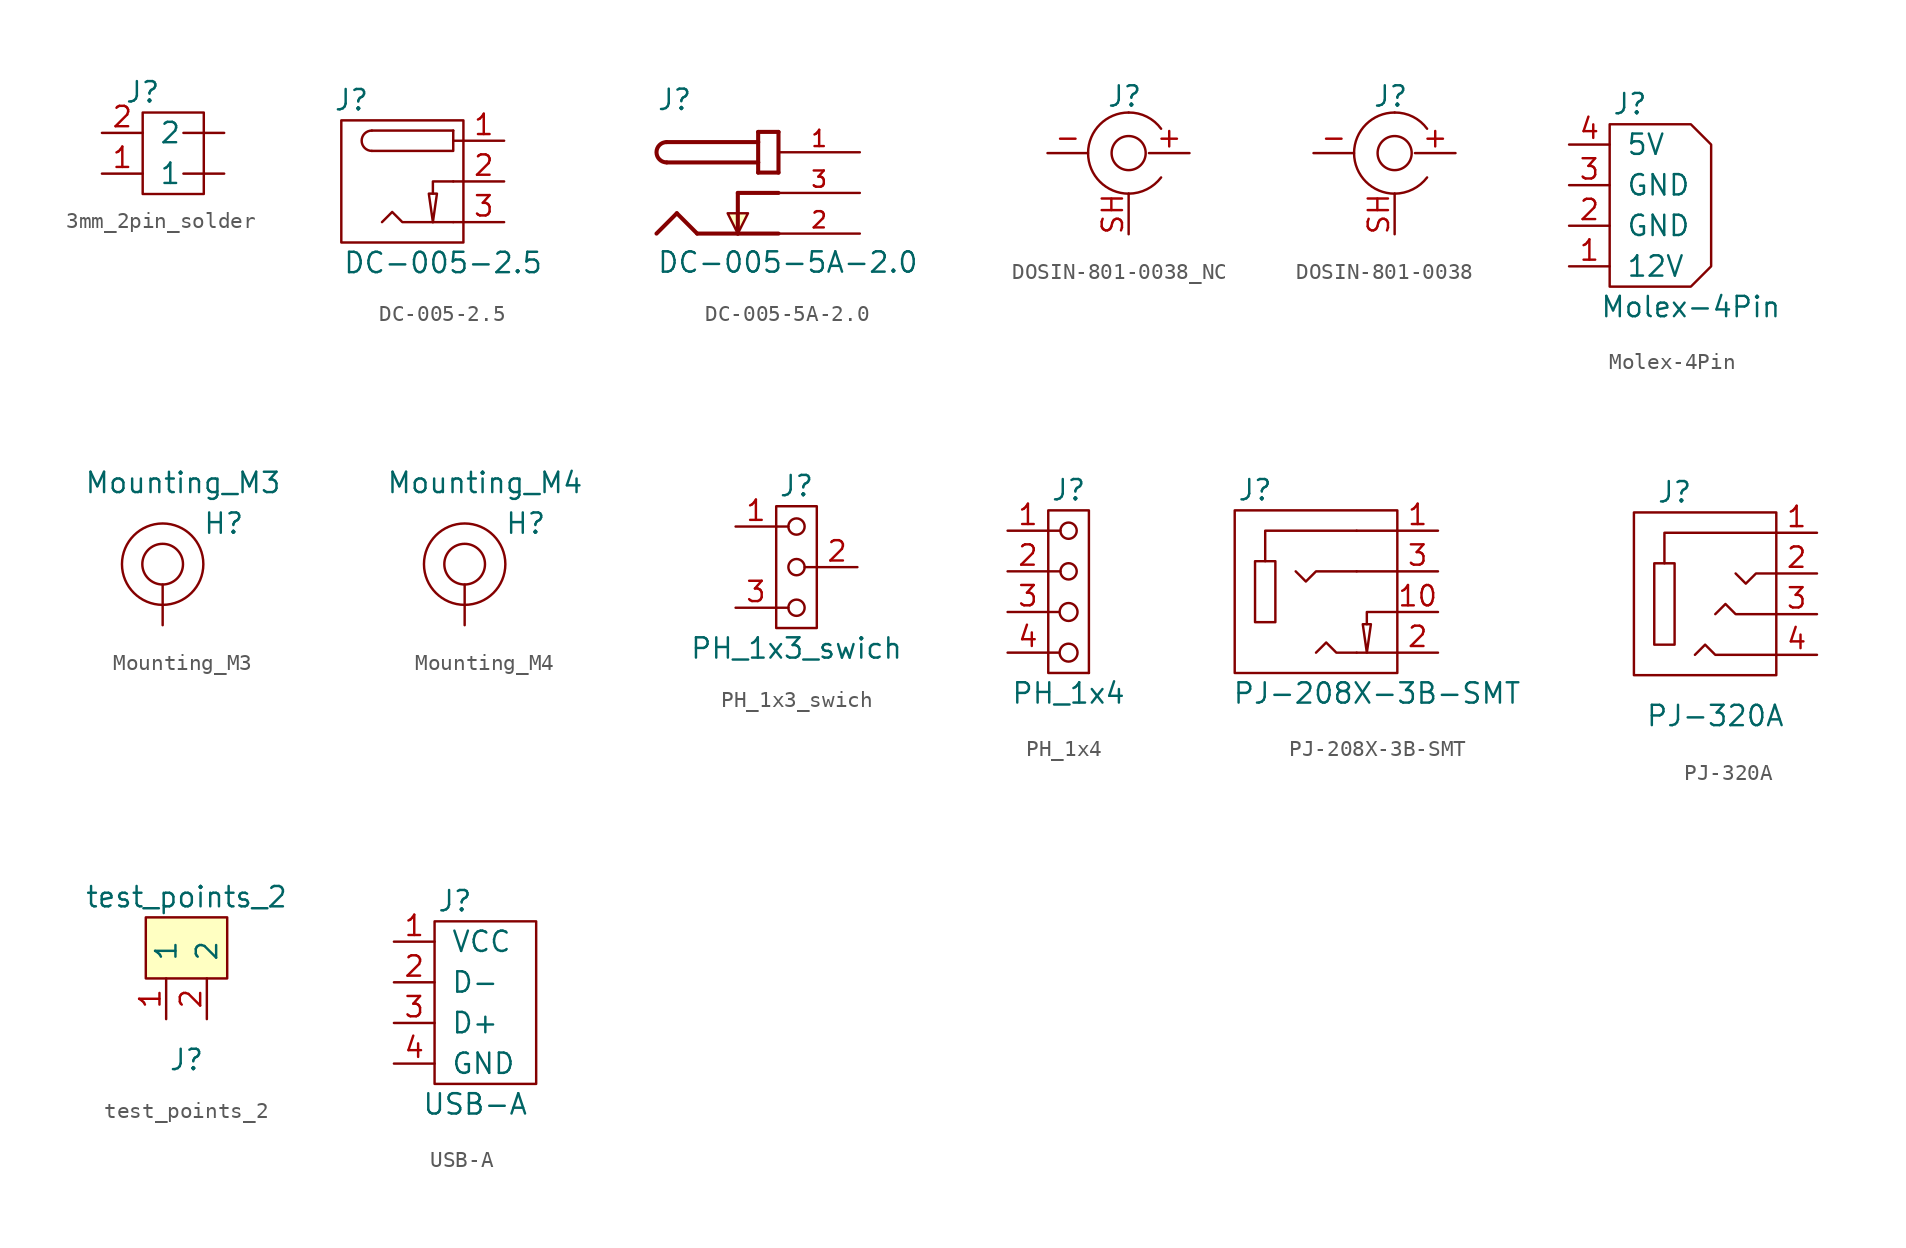
<source format=kicad_sym>
(kicad_symbol_lib
  (version 20211014)
  (generator kicad_symbol_editor)
  (symbol "3mm_2pin_solder"
    (pin_names
      (offset 1.016))
    (property "Reference" "J"
      (at 0 2.54 0)
      (effects (font (size 1.27 1.27))))
    (symbol "3mm_2pin_solder_0_1"
      (polyline (pts (xy 2.54 -2.54) (xy 5.08 -2.54)) (stroke (width 0) (type default) (color 0 0 0 0)) (fill (type none)))
      (polyline (pts (xy 2.54 0) (xy 5.08 0)) (stroke (width 0) (type default) (color 0 0 0 0)) (fill (type none)))
      (rectangle (start 0 1.27) (end 3.81 -3.81) (stroke (width 0) (type default) (color 0 0 0 0)) (fill (type none))))
    (symbol "3mm_2pin_solder_1_1"
      (pin input line (at -2.54 -2.54 0) (length 2.54) (name "1" (effects (font (size 1.27 1.27)))) (number "1" (effects (font (size 1.27 1.27)))))
      (pin input line (at -2.54 0 0) (length 2.54) (name "2" (effects (font (size 1.27 1.27)))) (number "2" (effects (font (size 1.27 1.27)))))))
  (symbol "DC-005-2.5"
    (pin_names
      (offset 1.016) hide)
    (property "Reference" "J"
      (at -4.445 5.08 0)
      (effects (font (size 1.27 1.27))))
    (property "Value" "DC-005-2.5"
      (at 1.27 -5.08 0)
      (effects (font (size 1.27 1.27))))
    (symbol "DC-005-2.5_0_1"
      (rectangle (start -5.08 3.81) (end 2.54 -3.81) (stroke (width 0) (type default) (color 0 0 0 0)) (fill (type none)))
      (arc (start -3.175 3.175) (mid -3.81 2.54) (end -3.175 1.905) (stroke (width 0) (type default) (color 0 0 0 0)) (fill (type none)))
      (polyline (pts (xy 0.635 -2.54) (xy 1.905 -2.54)) (stroke (width 0) (type default) (color 0 0 0 0)) (fill (type none)))
      (polyline (pts (xy 1.905 -2.54) (xy 2.54 -2.54)) (stroke (width 0) (type default) (color 0 0 0 0)) (fill (type none)))
      (polyline (pts (xy 1.905 0) (xy 2.54 0)) (stroke (width 0) (type default) (color 0 0 0 0)) (fill (type none)))
      (polyline (pts (xy 1.905 3.175) (xy -3.175 3.175)) (stroke (width 0) (type default) (color 0 0 0 0)) (fill (type none)))
      (polyline (pts (xy 2.54 2.54) (xy 1.905 2.54)) (stroke (width 0) (type default) (color 0 0 0 0)) (fill (type none)))
      (polyline (pts (xy 0.635 -0.762) (xy 0.635 0) (xy 1.905 0)) (stroke (width 0) (type default) (color 0 0 0 0)) (fill (type none)))
      (polyline (pts (xy 1.905 3.175) (xy 1.905 1.905) (xy -3.175 1.905)) (stroke (width 0) (type default) (color 0 0 0 0)) (fill (type none)))
      (polyline (pts (xy 0.381 -0.762) (xy 0.889 -0.762) (xy 0.635 -2.54) (xy 0.381 -0.762)) (stroke (width 0) (type default) (color 0 0 0 0)) (fill (type none)))
      (polyline (pts (xy 0.635 -2.54) (xy -1.27 -2.54) (xy -1.905 -1.905) (xy -2.54 -2.54)) (stroke (width 0) (type default) (color 0 0 0 0)) (fill (type none))))
    (symbol "DC-005-2.5_1_1"
      (pin passive line (at 5.08 2.54 180) (length 2.54) (name "1" (effects (font (size 1.27 1.27)))) (number "1" (effects (font (size 1.27 1.27)))))
      (pin passive line (at 5.08 0 180) (length 2.54) (name "2" (effects (font (size 1.27 1.27)))) (number "2" (effects (font (size 1.27 1.27)))))
      (pin passive line (at 5.08 -2.54 180) (length 2.54) (name "3" (effects (font (size 1.27 1.27)))) (number "3" (effects (font (size 1.27 1.27)))))))
  (symbol "DC-005-5A-2.0"
    (pin_names
      (offset 1.016) hide)
    (property "Reference" "J"
      (at -5.08 5.08 0)
      (effects (font (size 1.27 1.27)) (justify left bottom)))
    (property "Value" "DC-005-5A-2.0"
      (at -5.08 -5.08 0)
      (effects (font (size 1.27 1.27)) (justify left bottom)))
    (symbol "DC-005-5A-2.0_0_0"
      (arc (start -4.445 3.175) (mid -5.08 2.54) (end -4.445 1.905) (stroke (width 0.254) (type default) (color 0 0 0 0)) (fill (type none)))
      (polyline (pts (xy -4.445 1.905) (xy 1.27 1.905)) (stroke (width 0.254) (type default) (color 0 0 0 0)) (fill (type none)))
      (polyline (pts (xy -4.445 3.175) (xy 1.27 3.175)) (stroke (width 0.254) (type default) (color 0 0 0 0)) (fill (type none)))
      (polyline (pts (xy -3.81 -1.27) (xy -5.08 -2.54)) (stroke (width 0.254) (type default) (color 0 0 0 0)) (fill (type none)))
      (polyline (pts (xy -2.54 -2.54) (xy -3.81 -1.27)) (stroke (width 0.254) (type default) (color 0 0 0 0)) (fill (type none)))
      (polyline (pts (xy 0 -2.54) (xy -2.54 -2.54)) (stroke (width 0.254) (type default) (color 0 0 0 0)) (fill (type none)))
      (polyline (pts (xy 0 0) (xy 0 -2.54)) (stroke (width 0.254) (type default) (color 0 0 0 0)) (fill (type none)))
      (polyline (pts (xy 1.27 1.27) (xy 2.54 1.27)) (stroke (width 0.254) (type default) (color 0 0 0 0)) (fill (type none)))
      (polyline (pts (xy 1.27 1.905) (xy 1.27 1.27)) (stroke (width 0.254) (type default) (color 0 0 0 0)) (fill (type none)))
      (polyline (pts (xy 1.27 3.175) (xy 1.27 1.905)) (stroke (width 0.254) (type default) (color 0 0 0 0)) (fill (type none)))
      (polyline (pts (xy 1.27 3.81) (xy 1.27 3.175)) (stroke (width 0.254) (type default) (color 0 0 0 0)) (fill (type none)))
      (polyline (pts (xy 2.54 -2.54) (xy 0 -2.54)) (stroke (width 0.254) (type default) (color 0 0 0 0)) (fill (type none)))
      (polyline (pts (xy 2.54 0) (xy 0 0)) (stroke (width 0.254) (type default) (color 0 0 0 0)) (fill (type none)))
      (polyline (pts (xy 2.54 3.81) (xy 1.27 3.81)) (stroke (width 0.254) (type default) (color 0 0 0 0)) (fill (type none)))
      (polyline (pts (xy 2.54 3.81) (xy 2.54 1.27)) (stroke (width 0.254) (type default) (color 0 0 0 0)) (fill (type none)))
      (polyline (pts (xy -0.635 -1.27) (xy 0.635 -1.27) (xy 0 -2.54) (xy -0.635 -1.27)) (stroke (width 0.152) (type default) (color 0 0 0 0)) (fill (type background)))
      (pin passive line (at 7.62 2.54 180) (length 5.08) (name "~" (effects (font (size 1.016 1.016)))) (number "1" (effects (font (size 1.016 1.016)))))
      (pin passive line (at 7.62 -2.54 180) (length 5.08) (name "~" (effects (font (size 1.016 1.016)))) (number "2" (effects (font (size 1.016 1.016)))))
      (pin passive line (at 7.62 0 180) (length 5.08) (name "~" (effects (font (size 1.016 1.016)))) (number "3" (effects (font (size 1.016 1.016)))))))
  (symbol "DOSIN-801-0038_NC"
    (pin_names
      (offset 1.016) hide)
    (property "Reference" "J"
      (at -0.254 3.556 0)
      (effects (font (size 1.27 1.27))))
    (symbol "DOSIN-801-0038_NC_0_1"
      (circle (center 0 0) (radius 1.067) (stroke (width 0) (type default) (color 0 0 0 0)) (fill (type none)))
      (arc (start 0 2.54) (mid -2.54 0) (end 0 -2.54) (stroke (width 0) (type default) (color 0 0 0 0)) (fill (type none)))
      (arc (start 2.032 1.524) (mid 1.1393 2.2786) (end 0 2.54) (stroke (width 0) (type default) (color 0 0 0 0)) (fill (type none))))
    (symbol "DOSIN-801-0038_NC_1_1"
      (arc (start 0 -2.54) (mid 1.1347 -2.2694) (end 2.032 -1.524) (stroke (width 0) (type default) (color 0 0 0 0)) (fill (type none)))
      (pin input line (at 3.81 0 180) (length 2.54) (name "+" (effects (font (size 1.27 1.27)))) (number "+" (effects (font (size 1.27 1.27)))))
      (pin input line (at -5.08 0 0) (length 2.54) (name "-" (effects (font (size 1.27 1.27)))) (number "-" (effects (font (size 1.27 1.27)))))
      (pin input line (at 0 -5.08 90) (length 2.54) (name "SH" (effects (font (size 1.27 1.27)))) (number "SH" (effects (font (size 1.27 1.27)))))))
  (symbol "DOSIN-801-0038"
    (pin_names
      (offset 1.016) hide)
    (property "Reference" "J"
      (at -0.254 3.556 0)
      (effects (font (size 1.27 1.27))))
    (symbol "DOSIN-801-0038_0_1"
      (circle (center 0 0) (radius 1.067) (stroke (width 0) (type default) (color 0 0 0 0)) (fill (type none)))
      (arc (start 0 2.54) (mid -2.54 0) (end 0 -2.54) (stroke (width 0) (type default) (color 0 0 0 0)) (fill (type none)))
      (arc (start 2.032 1.524) (mid 1.1393 2.2786) (end 0 2.54) (stroke (width 0) (type default) (color 0 0 0 0)) (fill (type none))))
    (symbol "DOSIN-801-0038_1_1"
      (arc (start 0 -2.54) (mid 1.1347 -2.2694) (end 2.032 -1.524) (stroke (width 0) (type default) (color 0 0 0 0)) (fill (type none)))
      (pin input line (at 3.81 0 180) (length 2.54) (name "+" (effects (font (size 1.27 1.27)))) (number "+" (effects (font (size 1.27 1.27)))))
      (pin input line (at -5.08 0 0) (length 2.54) (name "-" (effects (font (size 1.27 1.27)))) (number "-" (effects (font (size 1.27 1.27)))))
      (pin input line (at 0 -5.08 90) (length 2.54) (name "SH" (effects (font (size 1.27 1.27)))) (number "SH" (effects (font (size 1.27 1.27)))))))
  (symbol "Molex-4Pin"
    (pin_names
      (offset 1.016))
    (property "Reference" "J"
      (at 1.27 6.35 0)
      (effects (font (size 1.27 1.27))))
    (property "Value" "Molex-4Pin"
      (at 5.08 -6.35 0)
      (effects (font (size 1.27 1.27))))
    (symbol "Molex-4Pin_0_1"
      (polyline (pts (xy 0 5.08) (xy 0 -5.08) (xy 5.08 -5.08) (xy 6.35 -3.81) (xy 6.35 0) (xy 6.35 3.81) (xy 5.08 5.08) (xy 0 5.08)) (stroke (width 0) (type default) (color 0 0 0 0)) (fill (type none))))
    (symbol "Molex-4Pin_1_1"
      (pin passive line (at -2.54 -3.81 0) (length 2.54) (name "12V" (effects (font (size 1.27 1.27)))) (number "1" (effects (font (size 1.27 1.27)))))
      (pin passive line (at -2.54 -1.27 0) (length 2.54) (name "GND" (effects (font (size 1.27 1.27)))) (number "2" (effects (font (size 1.27 1.27)))))
      (pin passive line (at -2.54 1.27 0) (length 2.54) (name "GND" (effects (font (size 1.27 1.27)))) (number "3" (effects (font (size 1.27 1.27)))))
      (pin passive line (at -2.54 3.81 0) (length 2.54) (name "5V" (effects (font (size 1.27 1.27)))) (number "4" (effects (font (size 1.27 1.27)))))))
  (symbol "Mounting_M3"
    (pin_numbers hide)
    (pin_names
      (offset 1.016) hide)
    (property "Reference" "H"
      (at 3.81 2.54 0)
      (effects (font (size 1.27 1.27))))
    (property "Value" "Mounting_M3"
      (at 1.27 5.08 0)
      (effects (font (size 1.27 1.27))))
    (symbol "Mounting_M3_0_1"
      (circle (center 0 0) (radius 1.27) (stroke (width 0) (type default) (color 0 0 0 0)) (fill (type none)))
      (circle (center 0 0) (radius 2.54) (stroke (width 0) (type default) (color 0 0 0 0)) (fill (type none))))
    (symbol "Mounting_M3_1_1"
      (pin passive line (at 0 -3.81 90) (length 2.54) (name "1" (effects (font (size 1.27 1.27)))) (number "1" (effects (font (size 1.27 1.27)))))))
  (symbol "Mounting_M4"
    (pin_numbers hide)
    (pin_names
      (offset 1.016) hide)
    (property "Reference" "H"
      (at 3.81 2.54 0)
      (effects (font (size 1.27 1.27))))
    (property "Value" "Mounting_M4"
      (at 1.27 5.08 0)
      (effects (font (size 1.27 1.27))))
    (symbol "Mounting_M4_0_1"
      (circle (center 0 0) (radius 1.27) (stroke (width 0) (type default) (color 0 0 0 0)) (fill (type none)))
      (circle (center 0 0) (radius 2.54) (stroke (width 0) (type default) (color 0 0 0 0)) (fill (type none))))
    (symbol "Mounting_M4_1_1"
      (pin passive line (at 0 -3.81 90) (length 2.54) (name "1" (effects (font (size 1.27 1.27)))) (number "1" (effects (font (size 1.27 1.27)))))))
  (symbol "PH_1x3_swich"
    (pin_names
      (offset 1.016) hide)
    (property "Reference" "J"
      (at 0 3.81 0)
      (effects (font (size 1.27 1.27))))
    (property "Value" "PH_1x3_swich"
      (at 0 -6.35 0)
      (effects (font (size 1.27 1.27))))
    (symbol "PH_1x3_swich_0_1"
      (rectangle (start -1.27 2.54) (end 1.27 -5.08) (stroke (width 0) (type default) (color 0 0 0 0)) (fill (type none)))
      (circle (center 0 -1.27) (radius 0.508) (stroke (width 0) (type default) (color 0 0 0 0)) (fill (type none)))
      (polyline (pts (xy -0.508 1.27) (xy -1.27 1.27)) (stroke (width 0) (type default) (color 0 0 0 0)) (fill (type none)))
      (polyline (pts (xy 1.27 -1.27) (xy 0.508 -1.27)) (stroke (width 0) (type default) (color 0 0 0 0)) (fill (type none)))
      (circle (center 0 1.27) (radius 0.508) (stroke (width 0) (type default) (color 0 0 0 0)) (fill (type none))))
    (symbol "PH_1x3_swich_1_1"
      (circle (center 0 -3.81) (radius 0.508) (stroke (width 0) (type default) (color 0 0 0 0)) (fill (type none)))
      (polyline (pts (xy -0.508 -3.81) (xy -1.27 -3.81)) (stroke (width 0) (type default) (color 0 0 0 0)) (fill (type none)))
      (pin input line (at -3.81 1.27 0) (length 2.54) (name "1" (effects (font (size 1.27 1.27)))) (number "1" (effects (font (size 1.27 1.27)))))
      (pin input line (at 3.81 -1.27 180) (length 2.54) (name "2" (effects (font (size 1.27 1.27)))) (number "2" (effects (font (size 1.27 1.27)))))
      (pin input line (at -3.81 -3.81 0) (length 2.54) (name "3" (effects (font (size 1.27 1.27)))) (number "3" (effects (font (size 1.27 1.27)))))))
  (symbol "PH_1x4"
    (pin_names
      (offset 1.016) hide)
    (property "Reference" "J"
      (at 0 3.81 0)
      (effects (font (size 1.27 1.27))))
    (property "Value" "PH_1x4"
      (at 0 -8.89 0)
      (effects (font (size 1.27 1.27))))
    (symbol "PH_1x4_0_1"
      (rectangle (start -1.27 2.54) (end 1.27 -7.62) (stroke (width 0) (type default) (color 0 0 0 0)) (fill (type none)))
      (circle (center 0 -3.81) (radius 0.559) (stroke (width 0) (type default) (color 0 0 0 0)) (fill (type none)))
      (circle (center 0 -1.27) (radius 0.508) (stroke (width 0) (type default) (color 0 0 0 0)) (fill (type none)))
      (polyline (pts (xy -1.27 -3.81) (xy -0.635 -3.81)) (stroke (width 0) (type default) (color 0 0 0 0)) (fill (type none)))
      (polyline (pts (xy -0.508 -1.27) (xy -1.27 -1.27)) (stroke (width 0) (type default) (color 0 0 0 0)) (fill (type none)))
      (polyline (pts (xy -0.508 1.27) (xy -1.27 1.27)) (stroke (width 0) (type default) (color 0 0 0 0)) (fill (type none)))
      (circle (center 0 1.27) (radius 0.508) (stroke (width 0) (type default) (color 0 0 0 0)) (fill (type none)))
      (rectangle (start 1.27 -7.62) (end 1.27 -7.62) (stroke (width 0) (type default) (color 0 0 0 0)) (fill (type none))))
    (symbol "PH_1x4_1_1"
      (circle (center 0 -6.35) (radius 0.559) (stroke (width 0) (type default) (color 0 0 0 0)) (fill (type none)))
      (polyline (pts (xy -1.27 -6.35) (xy -0.635 -6.35)) (stroke (width 0) (type default) (color 0 0 0 0)) (fill (type none)))
      (pin input line (at -3.81 1.27 0) (length 2.54) (name "1" (effects (font (size 1.27 1.27)))) (number "1" (effects (font (size 1.27 1.27)))))
      (pin input line (at -3.81 -1.27 0) (length 2.54) (name "2" (effects (font (size 1.27 1.27)))) (number "2" (effects (font (size 1.27 1.27)))))
      (pin input line (at -3.81 -3.81 0) (length 2.54) (name "3" (effects (font (size 1.27 1.27)))) (number "3" (effects (font (size 1.27 1.27)))))
      (pin input line (at -3.81 -6.35 0) (length 2.54) (name "4" (effects (font (size 1.27 1.27)))) (number "4" (effects (font (size 1.27 1.27)))))))
  (symbol "PJ-208X-3B-SMT"
    (pin_names
      (offset 1.016) hide)
    (property "Reference" "J"
      (at -6.35 5.08 0)
      (effects (font (size 1.27 1.27))))
    (property "Value" "PJ-208X-3B-SMT"
      (at 1.27 -7.62 0)
      (effects (font (size 1.27 1.27))))
    (symbol "PJ-208X-3B-SMT_0_1"
      (polyline (pts (xy 0 -5.08) (xy 2.54 -5.08)) (stroke (width 0) (type default) (color 0 0 0 0)) (fill (type none)))
      (polyline (pts (xy 0 0) (xy 2.54 0)) (stroke (width 0) (type default) (color 0 0 0 0)) (fill (type none)))
      (polyline (pts (xy 0 2.54) (xy 2.54 2.54)) (stroke (width 0) (type default) (color 0 0 0 0)) (fill (type none)))
      (polyline (pts (xy -5.715 0.635) (xy -5.715 2.54) (xy 0 2.54)) (stroke (width 0) (type default) (color 0 0 0 0)) (fill (type none)))
      (polyline (pts (xy 2.54 -2.54) (xy 0.635 -2.54) (xy 0.635 -3.302)) (stroke (width 0) (type default) (color 0 0 0 0)) (fill (type none)))
      (polyline (pts (xy 0 -5.08) (xy -1.27 -5.08) (xy -1.905 -4.445) (xy -2.54 -5.08)) (stroke (width 0) (type default) (color 0 0 0 0)) (fill (type none)))
      (polyline (pts (xy 0 0) (xy -2.54 0) (xy -3.175 -0.635) (xy -3.81 0)) (stroke (width 0) (type default) (color 0 0 0 0)) (fill (type none)))
      (polyline (pts (xy -5.08 0.635) (xy -5.715 0.635) (xy -6.35 0.635) (xy -6.35 -3.175) (xy -5.08 -3.175) (xy -5.08 0.635)) (stroke (width 0) (type default) (color 0 0 0 0)) (fill (type none)))
      (rectangle (start 2.54 3.81) (end -7.62 -6.35) (stroke (width 0) (type default) (color 0 0 0 0)) (fill (type none))))
    (symbol "PJ-208X-3B-SMT_1_1"
      (polyline (pts (xy 0.381 -3.302) (xy 0.889 -3.302) (xy 0.635 -5.08) (xy 0.381 -3.302)) (stroke (width 0) (type default) (color 0 0 0 0)) (fill (type none)))
      (pin passive line (at 5.08 2.54 180) (length 2.54) (name "1" (effects (font (size 1.27 1.27)))) (number "1" (effects (font (size 1.27 1.27)))))
      (pin passive line (at 5.08 -2.54 180) (length 2.54) (name "10" (effects (font (size 1.27 1.27)))) (number "10" (effects (font (size 1.27 1.27)))))
      (pin passive line (at 5.08 -5.08 180) (length 2.54) (name "2" (effects (font (size 1.27 1.27)))) (number "2" (effects (font (size 1.27 1.27)))))
      (pin passive line (at 5.08 0 180) (length 2.54) (name "3" (effects (font (size 1.27 1.27)))) (number "3" (effects (font (size 1.27 1.27)))))))
  (symbol "PJ-320A"
    (pin_names
      (offset 1.016) hide)
    (property "Reference" "J"
      (at -3.81 5.08 0)
      (effects (font (size 1.27 1.27))))
    (property "Value" "PJ-320A"
      (at -1.27 -8.89 0)
      (effects (font (size 1.27 1.27))))
    (symbol "PJ-320A_0_1"
      (polyline (pts (xy 2.54 2.54) (xy -4.445 2.54) (xy -4.445 0.635)) (stroke (width 0) (type default) (color 0 0 0 0)) (fill (type none)))
      (polyline (pts (xy 0 0) (xy 0.635 -0.635) (xy 1.27 0) (xy 2.54 0)) (stroke (width 0) (type default) (color 0 0 0 0)) (fill (type none)))
      (polyline (pts (xy 2.54 -5.08) (xy -1.27 -5.08) (xy -1.905 -4.445) (xy -2.54 -5.08)) (stroke (width 0) (type default) (color 0 0 0 0)) (fill (type none)))
      (polyline (pts (xy 2.54 -2.54) (xy 0 -2.54) (xy -0.635 -1.905) (xy -1.27 -2.54)) (stroke (width 0) (type default) (color 0 0 0 0)) (fill (type none)))
      (polyline (pts (xy -3.81 0.635) (xy -4.445 0.635) (xy -5.08 0.635) (xy -5.08 -4.445) (xy -4.445 -4.445) (xy -3.81 -4.445) (xy -3.81 0.635)) (stroke (width 0) (type default) (color 0 0 0 0)) (fill (type none)))
      (rectangle (start 2.54 3.81) (end -6.35 -6.35) (stroke (width 0) (type default) (color 0 0 0 0)) (fill (type none))))
    (symbol "PJ-320A_1_1"
      (pin passive line (at 5.08 2.54 180) (length 2.54) (name "1" (effects (font (size 1.27 1.27)))) (number "1" (effects (font (size 1.27 1.27)))))
      (pin passive line (at 5.08 0 180) (length 2.54) (name "2" (effects (font (size 1.27 1.27)))) (number "2" (effects (font (size 1.27 1.27)))))
      (pin passive line (at 5.08 -2.54 180) (length 2.54) (name "3" (effects (font (size 1.27 1.27)))) (number "3" (effects (font (size 1.27 1.27)))))
      (pin passive line (at 5.08 -5.08 180) (length 2.54) (name "4" (effects (font (size 1.27 1.27)))) (number "4" (effects (font (size 1.27 1.27)))))))
  (symbol "test_points_2"
    (pin_names
      (offset 1.016))
    (property "Reference" "J"
      (at 0 -5.08 0)
      (effects (font (size 1.27 1.27))))
    (property "Value" "test_points_2"
      (at 0 5.08 0)
      (effects (font (size 1.27 1.27))))
    (symbol "test_points_2_0_1"
      (rectangle (start -2.54 3.81) (end 2.54 0) (stroke (width 0) (type default) (color 0 0 0 0)) (fill (type background))))
    (symbol "test_points_2_1_1"
      (pin input line (at -1.27 -2.54 90) (length 2.54) (name "1" (effects (font (size 1.27 1.27)))) (number "1" (effects (font (size 1.27 1.27)))))
      (pin input line (at 1.27 -2.54 90) (length 2.54) (name "2" (effects (font (size 1.27 1.27)))) (number "2" (effects (font (size 1.27 1.27)))))))
  (symbol "USB-A"
    (pin_names
      (offset 1.016))
    (property "Reference" "J"
      (at 0 6.35 0)
      (effects (font (size 1.27 1.27))))
    (property "Value" "USB-A"
      (at 1.27 -6.35 0)
      (effects (font (size 1.27 1.27))))
    (symbol "USB-A_0_1"
      (rectangle (start -1.27 5.08) (end 5.08 -5.08) (stroke (width 0) (type default) (color 0 0 0 0)) (fill (type none))))
    (symbol "USB-A_1_1"
      (pin passive line (at -3.81 3.81 0) (length 2.54) (name "VCC" (effects (font (size 1.27 1.27)))) (number "1" (effects (font (size 1.27 1.27)))))
      (pin passive line (at -3.81 1.27 0) (length 2.54) (name "D-" (effects (font (size 1.27 1.27)))) (number "2" (effects (font (size 1.27 1.27)))))
      (pin passive line (at -3.81 -1.27 0) (length 2.54) (name "D+" (effects (font (size 1.27 1.27)))) (number "3" (effects (font (size 1.27 1.27)))))
      (pin passive line (at -3.81 -3.81 0) (length 2.54) (name "GND" (effects (font (size 1.27 1.27)))) (number "4" (effects (font (size 1.27 1.27))))))))
</source>
